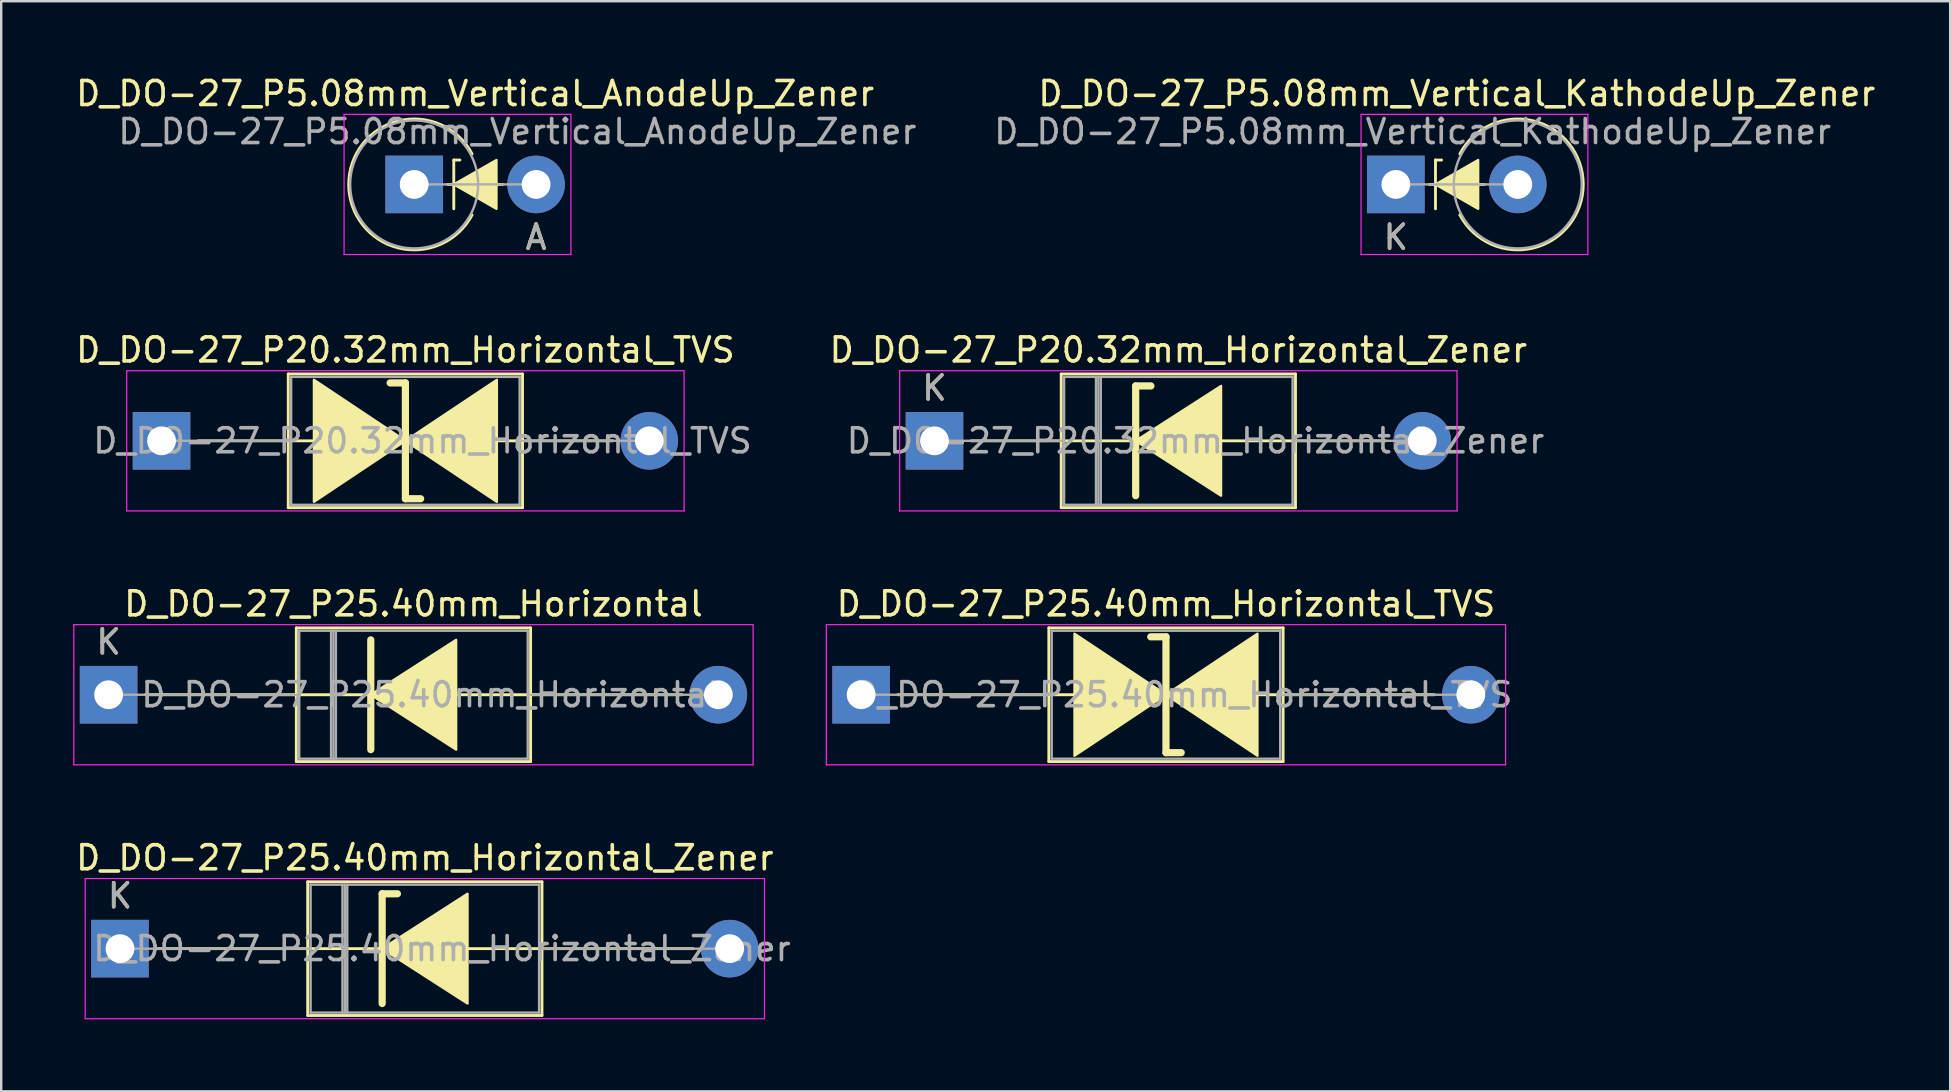
<source format=kicad_pcb>
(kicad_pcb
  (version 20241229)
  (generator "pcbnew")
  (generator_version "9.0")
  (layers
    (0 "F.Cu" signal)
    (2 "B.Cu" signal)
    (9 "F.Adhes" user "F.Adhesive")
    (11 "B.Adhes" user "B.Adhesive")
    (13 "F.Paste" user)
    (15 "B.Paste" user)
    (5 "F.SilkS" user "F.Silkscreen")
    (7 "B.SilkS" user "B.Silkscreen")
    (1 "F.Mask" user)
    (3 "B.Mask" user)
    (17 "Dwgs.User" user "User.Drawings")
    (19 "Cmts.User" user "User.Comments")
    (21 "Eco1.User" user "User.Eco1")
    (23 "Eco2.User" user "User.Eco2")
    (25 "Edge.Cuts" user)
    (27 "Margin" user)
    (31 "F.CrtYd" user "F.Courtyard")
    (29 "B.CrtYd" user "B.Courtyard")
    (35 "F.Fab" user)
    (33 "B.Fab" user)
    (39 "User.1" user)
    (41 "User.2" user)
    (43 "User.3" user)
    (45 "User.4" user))
  (footprint "D_DO-27_P20.32mm_Horizontal_Zener"
    (layer "F.Cu")
    (at 35.881 15.315)
    (property "Reference" "D_DO-27_P20.32mm_Horizontal_Zener" (at 10.16 -3.785 0) (layer "F.SilkS") (effects (font (size 1 1) (thickness 0.15))))
    (attr through_hole)
    (fp_line (start 1.524 0) (end 5.28 0) (stroke (width 0.12) (type solid)) (layer "F.SilkS"))
    (fp_line (start 5.28 -2.785) (end 5.28 2.785) (stroke (width 0.12) (type solid)) (layer "F.SilkS"))
    (fp_line (start 5.28 2.785) (end 15.04 2.785) (stroke (width 0.12) (type solid)) (layer "F.SilkS"))
    (fp_line (start 8.382 -2.286) (end 8.382 2.286) (stroke (width 0.3) (type solid)) (layer "F.SilkS"))
    (fp_line (start 8.382 -2.286) (end 9.017 -2.286) (stroke (width 0.3) (type solid)) (layer "F.SilkS"))
    (fp_line (start 8.382 0) (end 5.28 0) (stroke (width 0.12) (type solid)) (layer "F.SilkS"))
    (fp_line (start 11.811 0) (end 15.04 0) (stroke (width 0.12) (type solid)) (layer "F.SilkS"))
    (fp_line (start 15.04 -2.785) (end 5.28 -2.785) (stroke (width 0.12) (type solid)) (layer "F.SilkS"))
    (fp_line (start 15.04 2.785) (end 15.04 -2.785) (stroke (width 0.12) (type solid)) (layer "F.SilkS"))
    (fp_line (start 18.796 0) (end 15.04 0) (stroke (width 0.12) (type solid)) (layer "F.SilkS"))
    (fp_poly (pts (xy 11.938 2.286) (xy 8.382 0) (xy 11.938 -2.286)) (stroke (width 0.1) (type solid)) (fill yes) (layer "F.SilkS"))
    (fp_line (start -1.45 -2.92) (end -1.45 2.92) (stroke (width 0.05) (type solid)) (layer "F.CrtYd"))
    (fp_line (start -1.45 2.92) (end 21.77 2.92) (stroke (width 0.05) (type solid)) (layer "F.CrtYd"))
    (fp_line (start 21.77 -2.92) (end -1.45 -2.92) (stroke (width 0.05) (type solid)) (layer "F.CrtYd"))
    (fp_line (start 21.77 2.92) (end 21.77 -2.92) (stroke (width 0.05) (type solid)) (layer "F.CrtYd"))
    (fp_line (start 0 0) (end 5.4 0) (stroke (width 0.1) (type solid)) (layer "F.Fab"))
    (fp_line (start 5.4 -2.665) (end 5.4 2.665) (stroke (width 0.1) (type solid)) (layer "F.Fab"))
    (fp_line (start 5.4 2.665) (end 14.92 2.665) (stroke (width 0.1) (type solid)) (layer "F.Fab"))
    (fp_line (start 6.728 -2.665) (end 6.728 2.665) (stroke (width 0.1) (type solid)) (layer "F.Fab"))
    (fp_line (start 6.828 -2.665) (end 6.828 2.665) (stroke (width 0.1) (type solid)) (layer "F.Fab"))
    (fp_line (start 6.928 -2.665) (end 6.928 2.665) (stroke (width 0.1) (type solid)) (layer "F.Fab"))
    (fp_line (start 14.92 -2.665) (end 5.4 -2.665) (stroke (width 0.1) (type solid)) (layer "F.Fab"))
    (fp_line (start 14.92 2.665) (end 14.92 -2.665) (stroke (width 0.1) (type solid)) (layer "F.Fab"))
    (fp_line (start 20.32 0) (end 14.92 0) (stroke (width 0.1) (type solid)) (layer "F.Fab"))
    (fp_text user "K" (at 0 -2.2 0) (layer "F.SilkS") (effects (font (size 1 1) (thickness 0.15))))
    (fp_text user "K" (at 0 -2.2 0) (layer "F.Fab") (effects (font (size 1 1) (thickness 0.15))))
    (fp_text user "${REFERENCE}" (at 10.874 0 0) (layer "F.Fab") (effects (font (size 1 1) (thickness 0.15))))
    (pad "1" thru_hole rect (at 0 0) (size 2.4 2.4) (drill 1.2) (layers "*.Cu" "*.Mask"))
    (pad "2" thru_hole oval (at 20.32 0) (size 2.4 2.4) (drill 1.2) (layers "*.Cu" "*.Mask")))
  (footprint "D_DO-27_P20.32mm_Horizontal_TVS"
    (layer "F.Cu")
    (at 3.679 15.315)
    (property "Reference" "D_DO-27_P20.32mm_Horizontal_TVS" (at 10.16 -3.785 0) (layer "F.SilkS") (effects (font (size 1 1) (thickness 0.15))))
    (attr through_hole)
    (fp_line (start 1.524 0) (end 5.28 0) (stroke (width 0.12) (type solid)) (layer "F.SilkS"))
    (fp_line (start 5.28 -2.785) (end 5.28 2.785) (stroke (width 0.12) (type solid)) (layer "F.SilkS"))
    (fp_line (start 5.28 0) (end 6.35 0) (stroke (width 0.12) (type solid)) (layer "F.SilkS"))
    (fp_line (start 5.28 2.785) (end 15.04 2.785) (stroke (width 0.12) (type solid)) (layer "F.SilkS"))
    (fp_line (start 10.16 -2.413) (end 9.525 -2.413) (stroke (width 0.3) (type solid)) (layer "F.SilkS"))
    (fp_line (start 10.16 2.413) (end 10.16 -2.413) (stroke (width 0.3) (type solid)) (layer "F.SilkS"))
    (fp_line (start 10.795 2.413) (end 10.16 2.413) (stroke (width 0.3) (type solid)) (layer "F.SilkS"))
    (fp_line (start 13.97 0) (end 15.04 0) (stroke (width 0.12) (type solid)) (layer "F.SilkS"))
    (fp_line (start 15.04 -2.785) (end 5.28 -2.785) (stroke (width 0.12) (type solid)) (layer "F.SilkS"))
    (fp_line (start 15.04 2.785) (end 15.04 -2.785) (stroke (width 0.12) (type solid)) (layer "F.SilkS"))
    (fp_line (start 18.796 0) (end 15.04 0) (stroke (width 0.12) (type solid)) (layer "F.SilkS"))
    (fp_poly (pts (xy 10.16 0) (xy 6.35 2.54) (xy 6.35 -2.54)) (stroke (width 0.1) (type solid)) (fill yes) (layer "F.SilkS"))
    (fp_poly (pts (xy 10.16 0) (xy 13.97 -2.54) (xy 13.97 2.54)) (stroke (width 0.1) (type solid)) (fill yes) (layer "F.SilkS"))
    (fp_line (start -1.45 -2.92) (end -1.45 2.92) (stroke (width 0.05) (type solid)) (layer "F.CrtYd"))
    (fp_line (start -1.45 2.92) (end 21.77 2.92) (stroke (width 0.05) (type solid)) (layer "F.CrtYd"))
    (fp_line (start 21.77 -2.92) (end -1.45 -2.92) (stroke (width 0.05) (type solid)) (layer "F.CrtYd"))
    (fp_line (start 21.77 2.92) (end 21.77 -2.92) (stroke (width 0.05) (type solid)) (layer "F.CrtYd"))
    (fp_line (start 0 0) (end 5.4 0) (stroke (width 0.1) (type solid)) (layer "F.Fab"))
    (fp_line (start 5.4 -2.665) (end 5.4 2.665) (stroke (width 0.1) (type solid)) (layer "F.Fab"))
    (fp_line (start 5.4 2.665) (end 14.92 2.665) (stroke (width 0.1) (type solid)) (layer "F.Fab"))
    (fp_line (start 14.92 -2.665) (end 5.4 -2.665) (stroke (width 0.1) (type solid)) (layer "F.Fab"))
    (fp_line (start 14.92 2.665) (end 14.92 -2.665) (stroke (width 0.1) (type solid)) (layer "F.Fab"))
    (fp_line (start 20.32 0) (end 14.92 0) (stroke (width 0.1) (type solid)) (layer "F.Fab"))
    (fp_text user "${REFERENCE}" (at 10.874 0 0) (layer "F.Fab") (effects (font (size 1 1) (thickness 0.15))))
    (pad "1" thru_hole rect (at 0 0) (size 2.4 2.4) (drill 1.2) (layers "*.Cu" "*.Mask"))
    (pad "2" thru_hole oval (at 20.32 0) (size 2.4 2.4) (drill 1.2) (layers "*.Cu" "*.Mask")))
  (footprint "D_DO-27_P25.40mm_Horizontal_Zener"
    (layer "F.Cu")
    (at 1.949 36.471)
    (property "Reference" "D_DO-27_P25.40mm_Horizontal_Zener" (at 12.7 -3.785 0) (layer "F.SilkS") (effects (font (size 1 1) (thickness 0.15))))
    (attr through_hole)
    (fp_line (start 1.524 0) (end 7.82 0) (stroke (width 0.12) (type solid)) (layer "F.SilkS"))
    (fp_line (start 7.82 -2.785) (end 7.82 2.785) (stroke (width 0.12) (type solid)) (layer "F.SilkS"))
    (fp_line (start 7.82 2.785) (end 17.58 2.785) (stroke (width 0.12) (type solid)) (layer "F.SilkS"))
    (fp_line (start 10.922 -2.286) (end 10.922 2.286) (stroke (width 0.3) (type solid)) (layer "F.SilkS"))
    (fp_line (start 10.922 -2.286) (end 11.557 -2.286) (stroke (width 0.3) (type solid)) (layer "F.SilkS"))
    (fp_line (start 10.922 0) (end 7.82 0) (stroke (width 0.12) (type solid)) (layer "F.SilkS"))
    (fp_line (start 14.351 0) (end 17.58 0) (stroke (width 0.12) (type solid)) (layer "F.SilkS"))
    (fp_line (start 17.58 -2.785) (end 7.82 -2.785) (stroke (width 0.12) (type solid)) (layer "F.SilkS"))
    (fp_line (start 17.58 2.785) (end 17.58 -2.785) (stroke (width 0.12) (type solid)) (layer "F.SilkS"))
    (fp_line (start 23.876 0) (end 17.58 0) (stroke (width 0.12) (type solid)) (layer "F.SilkS"))
    (fp_poly (pts (xy 14.478 2.286) (xy 10.922 0) (xy 14.478 -2.286)) (stroke (width 0.1) (type solid)) (fill yes) (layer "F.SilkS"))
    (fp_line (start -1.45 -2.92) (end -1.45 2.92) (stroke (width 0.05) (type solid)) (layer "F.CrtYd"))
    (fp_line (start -1.45 2.92) (end 26.85 2.92) (stroke (width 0.05) (type solid)) (layer "F.CrtYd"))
    (fp_line (start 26.85 -2.92) (end -1.45 -2.92) (stroke (width 0.05) (type solid)) (layer "F.CrtYd"))
    (fp_line (start 26.85 2.92) (end 26.85 -2.92) (stroke (width 0.05) (type solid)) (layer "F.CrtYd"))
    (fp_line (start 0 0) (end 7.94 0) (stroke (width 0.1) (type solid)) (layer "F.Fab"))
    (fp_line (start 7.94 -2.665) (end 7.94 2.665) (stroke (width 0.1) (type solid)) (layer "F.Fab"))
    (fp_line (start 7.94 2.665) (end 17.46 2.665) (stroke (width 0.1) (type solid)) (layer "F.Fab"))
    (fp_line (start 9.268 -2.665) (end 9.268 2.665) (stroke (width 0.1) (type solid)) (layer "F.Fab"))
    (fp_line (start 9.368 -2.665) (end 9.368 2.665) (stroke (width 0.1) (type solid)) (layer "F.Fab"))
    (fp_line (start 9.468 -2.665) (end 9.468 2.665) (stroke (width 0.1) (type solid)) (layer "F.Fab"))
    (fp_line (start 17.46 -2.665) (end 7.94 -2.665) (stroke (width 0.1) (type solid)) (layer "F.Fab"))
    (fp_line (start 17.46 2.665) (end 17.46 -2.665) (stroke (width 0.1) (type solid)) (layer "F.Fab"))
    (fp_line (start 25.4 0) (end 17.46 0) (stroke (width 0.1) (type solid)) (layer "F.Fab"))
    (fp_text user "K" (at 0 -2.2 0) (layer "F.SilkS") (effects (font (size 1 1) (thickness 0.15))))
    (fp_text user "${REFERENCE}" (at 13.414 0 0) (layer "F.Fab") (effects (font (size 1 1) (thickness 0.15))))
    (fp_text user "K" (at 0 -2.2 0) (layer "F.Fab") (effects (font (size 1 1) (thickness 0.15))))
    (pad "1" thru_hole rect (at 0 0) (size 2.4 2.4) (drill 1.2) (layers "*.Cu" "*.Mask"))
    (pad "2" thru_hole oval (at 25.4 0) (size 2.4 2.4) (drill 1.2) (layers "*.Cu" "*.Mask")))
  (footprint "D_DO-27_P25.40mm_Horizontal"
    (layer "F.Cu")
    (at 1.475 25.893)
    (property "Reference" "D_DO-27_P25.40mm_Horizontal" (at 12.7 -3.785 0) (layer "F.SilkS") (effects (font (size 1 1) (thickness 0.15))))
    (attr through_hole)
    (fp_line (start 1.524 0) (end 7.82 0) (stroke (width 0.12) (type solid)) (layer "F.SilkS"))
    (fp_line (start 7.82 -2.785) (end 7.82 2.785) (stroke (width 0.12) (type solid)) (layer "F.SilkS"))
    (fp_line (start 7.82 2.785) (end 17.58 2.785) (stroke (width 0.12) (type solid)) (layer "F.SilkS"))
    (fp_line (start 10.922 -2.286) (end 10.922 2.286) (stroke (width 0.3) (type solid)) (layer "F.SilkS"))
    (fp_line (start 10.922 0) (end 7.82 0) (stroke (width 0.12) (type solid)) (layer "F.SilkS"))
    (fp_line (start 14.351 0) (end 17.58 0) (stroke (width 0.12) (type solid)) (layer "F.SilkS"))
    (fp_line (start 17.58 -2.785) (end 7.82 -2.785) (stroke (width 0.12) (type solid)) (layer "F.SilkS"))
    (fp_line (start 17.58 2.785) (end 17.58 -2.785) (stroke (width 0.12) (type solid)) (layer "F.SilkS"))
    (fp_line (start 23.876 0) (end 17.58 0) (stroke (width 0.12) (type solid)) (layer "F.SilkS"))
    (fp_poly (pts (xy 14.478 2.286) (xy 10.922 0) (xy 14.478 -2.286)) (stroke (width 0.1) (type solid)) (fill yes) (layer "F.SilkS"))
    (fp_line (start -1.45 -2.92) (end -1.45 2.92) (stroke (width 0.05) (type solid)) (layer "F.CrtYd"))
    (fp_line (start -1.45 2.92) (end 26.85 2.92) (stroke (width 0.05) (type solid)) (layer "F.CrtYd"))
    (fp_line (start 26.85 -2.92) (end -1.45 -2.92) (stroke (width 0.05) (type solid)) (layer "F.CrtYd"))
    (fp_line (start 26.85 2.92) (end 26.85 -2.92) (stroke (width 0.05) (type solid)) (layer "F.CrtYd"))
    (fp_line (start 0 0) (end 7.94 0) (stroke (width 0.1) (type solid)) (layer "F.Fab"))
    (fp_line (start 7.94 -2.665) (end 7.94 2.665) (stroke (width 0.1) (type solid)) (layer "F.Fab"))
    (fp_line (start 7.94 2.665) (end 17.46 2.665) (stroke (width 0.1) (type solid)) (layer "F.Fab"))
    (fp_line (start 9.268 -2.665) (end 9.268 2.665) (stroke (width 0.1) (type solid)) (layer "F.Fab"))
    (fp_line (start 9.368 -2.665) (end 9.368 2.665) (stroke (width 0.1) (type solid)) (layer "F.Fab"))
    (fp_line (start 9.468 -2.665) (end 9.468 2.665) (stroke (width 0.1) (type solid)) (layer "F.Fab"))
    (fp_line (start 17.46 -2.665) (end 7.94 -2.665) (stroke (width 0.1) (type solid)) (layer "F.Fab"))
    (fp_line (start 17.46 2.665) (end 17.46 -2.665) (stroke (width 0.1) (type solid)) (layer "F.Fab"))
    (fp_line (start 25.4 0) (end 17.46 0) (stroke (width 0.1) (type solid)) (layer "F.Fab"))
    (fp_text user "K" (at 0 -2.2 0) (layer "F.SilkS") (effects (font (size 1 1) (thickness 0.15))))
    (fp_text user "${REFERENCE}" (at 13.414 0 0) (layer "F.Fab") (effects (font (size 1 1) (thickness 0.15))))
    (fp_text user "K" (at 0 -2.2 0) (layer "F.Fab") (effects (font (size 1 1) (thickness 0.15))))
    (pad "1" thru_hole rect (at 0 0) (size 2.4 2.4) (drill 1.2) (layers "*.Cu" "*.Mask"))
    (pad "2" thru_hole oval (at 25.4 0) (size 2.4 2.4) (drill 1.2) (layers "*.Cu" "*.Mask")))
  (footprint "D_DO-27_P5.08mm_Vertical_AnodeUp_Zener"
    (layer "F.Cu")
    (at 14.204 4.633)
    (property "Reference" "D_DO-27_P5.08mm_Vertical_AnodeUp_Zener" (at 2.54 -3.785 0) (layer "F.SilkS") (effects (font (size 1 1) (thickness 0.15))))
    (attr through_hole)
    (fp_line (start 1.397 0) (end 3.683 0) (stroke (width 0.12) (type solid)) (layer "F.SilkS"))
    (fp_line (start 1.651 -1.016) (end 1.651 1.016) (stroke (width 0.12) (type solid)) (layer "F.SilkS"))
    (fp_line (start 1.651 -1.016) (end 1.905 -1.016) (stroke (width 0.12) (type solid)) (layer "F.SilkS"))
    (fp_arc (start 2.412999 1.27) (mid -2.726805 0) (end 2.412999 -1.269999) (stroke (width 0.12) (type solid)) (layer "F.SilkS"))
    (fp_poly (pts (xy 3.429 1.016) (xy 1.651 0) (xy 3.429 -1.016)) (stroke (width 0.1) (type solid)) (fill yes) (layer "F.SilkS"))
    (fp_line (start -2.92 -2.92) (end -2.92 2.92) (stroke (width 0.05) (type solid)) (layer "F.CrtYd"))
    (fp_line (start -2.92 2.92) (end 6.53 2.92) (stroke (width 0.05) (type solid)) (layer "F.CrtYd"))
    (fp_line (start 6.53 -2.92) (end -2.92 -2.92) (stroke (width 0.05) (type solid)) (layer "F.CrtYd"))
    (fp_line (start 6.53 2.92) (end 6.53 -2.92) (stroke (width 0.05) (type solid)) (layer "F.CrtYd"))
    (fp_line (start 0 0) (end 5.08 0) (stroke (width 0.1) (type solid)) (layer "F.Fab"))
    (fp_circle (center 0 0) (end 2.665 0) (stroke (width 0.1) (type solid)) (fill no) (layer "F.Fab"))
    (fp_text user "A" (at 5.08 2.2 0) (layer "F.SilkS") (effects (font (size 1 1) (thickness 0.15))))
    (fp_text user "${REFERENCE}" (at 4.3 -2.2 0) (layer "F.Fab") (effects (font (size 1 1) (thickness 0.15))))
    (fp_text user "A" (at 5.08 2.2 0) (layer "F.Fab") (effects (font (size 1 1) (thickness 0.15))))
    (pad "1" thru_hole rect (at 0 0) (size 2.4 2.4) (drill 1.2) (layers "*.Cu" "*.Mask"))
    (pad "2" thru_hole oval (at 5.08 0) (size 2.4 2.4) (drill 1.2) (layers "*.Cu" "*.Mask")))
  (footprint "D_DO-27_P25.40mm_Horizontal_TVS"
    (layer "F.Cu")
    (at 32.825 25.893)
    (property "Reference" "D_DO-27_P25.40mm_Horizontal_TVS" (at 12.7 -3.785 0) (layer "F.SilkS") (effects (font (size 1 1) (thickness 0.15))))
    (attr through_hole)
    (fp_line (start 1.524 0) (end 7.82 0) (stroke (width 0.12) (type solid)) (layer "F.SilkS"))
    (fp_line (start 7.82 -2.785) (end 7.82 2.785) (stroke (width 0.12) (type solid)) (layer "F.SilkS"))
    (fp_line (start 7.82 0) (end 8.89 0) (stroke (width 0.12) (type solid)) (layer "F.SilkS"))
    (fp_line (start 7.82 2.785) (end 17.58 2.785) (stroke (width 0.12) (type solid)) (layer "F.SilkS"))
    (fp_line (start 12.7 -2.413) (end 12.065 -2.413) (stroke (width 0.3) (type solid)) (layer "F.SilkS"))
    (fp_line (start 12.7 2.413) (end 12.7 -2.413) (stroke (width 0.3) (type solid)) (layer "F.SilkS"))
    (fp_line (start 13.335 2.413) (end 12.7 2.413) (stroke (width 0.3) (type solid)) (layer "F.SilkS"))
    (fp_line (start 16.51 0) (end 17.58 0) (stroke (width 0.12) (type solid)) (layer "F.SilkS"))
    (fp_line (start 17.58 -2.785) (end 7.82 -2.785) (stroke (width 0.12) (type solid)) (layer "F.SilkS"))
    (fp_line (start 17.58 2.785) (end 17.58 -2.785) (stroke (width 0.12) (type solid)) (layer "F.SilkS"))
    (fp_line (start 23.876 0) (end 17.58 0) (stroke (width 0.12) (type solid)) (layer "F.SilkS"))
    (fp_poly (pts (xy 12.7 0) (xy 8.89 2.54) (xy 8.89 -2.54)) (stroke (width 0.1) (type solid)) (fill yes) (layer "F.SilkS"))
    (fp_poly (pts (xy 12.7 0) (xy 16.51 -2.54) (xy 16.51 2.54)) (stroke (width 0.1) (type solid)) (fill yes) (layer "F.SilkS"))
    (fp_line (start -1.45 -2.92) (end -1.45 2.92) (stroke (width 0.05) (type solid)) (layer "F.CrtYd"))
    (fp_line (start -1.45 2.92) (end 26.85 2.92) (stroke (width 0.05) (type solid)) (layer "F.CrtYd"))
    (fp_line (start 26.85 -2.92) (end -1.45 -2.92) (stroke (width 0.05) (type solid)) (layer "F.CrtYd"))
    (fp_line (start 26.85 2.92) (end 26.85 -2.92) (stroke (width 0.05) (type solid)) (layer "F.CrtYd"))
    (fp_line (start 0 0) (end 7.94 0) (stroke (width 0.1) (type solid)) (layer "F.Fab"))
    (fp_line (start 7.94 -2.665) (end 7.94 2.665) (stroke (width 0.1) (type solid)) (layer "F.Fab"))
    (fp_line (start 7.94 2.665) (end 17.46 2.665) (stroke (width 0.1) (type solid)) (layer "F.Fab"))
    (fp_line (start 17.46 -2.665) (end 7.94 -2.665) (stroke (width 0.1) (type solid)) (layer "F.Fab"))
    (fp_line (start 17.46 2.665) (end 17.46 -2.665) (stroke (width 0.1) (type solid)) (layer "F.Fab"))
    (fp_line (start 25.4 0) (end 17.46 0) (stroke (width 0.1) (type solid)) (layer "F.Fab"))
    (fp_text user "${REFERENCE}" (at 13.414 0 0) (layer "F.Fab") (effects (font (size 1 1) (thickness 0.15))))
    (pad "1" thru_hole rect (at 0 0) (size 2.4 2.4) (drill 1.2) (layers "*.Cu" "*.Mask"))
    (pad "2" thru_hole oval (at 25.4 0) (size 2.4 2.4) (drill 1.2) (layers "*.Cu" "*.Mask")))
  (footprint "D_DO-27_P5.08mm_Vertical_KathodeUp_Zener"
    (layer "F.Cu")
    (at 55.102 4.633)
    (property "Reference" "D_DO-27_P5.08mm_Vertical_KathodeUp_Zener" (at 2.54 -3.785 0) (layer "F.SilkS") (effects (font (size 1 1) (thickness 0.15))))
    (attr through_hole)
    (fp_line (start 1.397 0) (end 3.683 0) (stroke (width 0.12) (type solid)) (layer "F.SilkS"))
    (fp_line (start 1.651 -1.016) (end 1.651 1.016) (stroke (width 0.12) (type solid)) (layer "F.SilkS"))
    (fp_line (start 1.651 -1.016) (end 1.905 -1.016) (stroke (width 0.12) (type solid)) (layer "F.SilkS"))
    (fp_arc (start 2.667001 -1.27) (mid 7.806804 -0.000001) (end 2.667001 1.269999) (stroke (width 0.12) (type solid)) (layer "F.SilkS"))
    (fp_poly (pts (xy 3.429 1.016) (xy 1.651 0) (xy 3.429 -1.016)) (stroke (width 0.1) (type solid)) (fill yes) (layer "F.SilkS"))
    (fp_line (start -1.45 -2.92) (end -1.45 2.92) (stroke (width 0.05) (type solid)) (layer "F.CrtYd"))
    (fp_line (start -1.45 2.92) (end 8 2.92) (stroke (width 0.05) (type solid)) (layer "F.CrtYd"))
    (fp_line (start 8 -2.92) (end -1.45 -2.92) (stroke (width 0.05) (type solid)) (layer "F.CrtYd"))
    (fp_line (start 8 2.92) (end 8 -2.92) (stroke (width 0.05) (type solid)) (layer "F.CrtYd"))
    (fp_line (start 0 0) (end 5.08 0) (stroke (width 0.1) (type solid)) (layer "F.Fab"))
    (fp_circle (center 5.08 0) (end 7.745 0) (stroke (width 0.1) (type solid)) (fill no) (layer "F.Fab"))
    (fp_text user "K" (at 0 2.2 0) (layer "F.SilkS") (effects (font (size 1 1) (thickness 0.15))))
    (fp_text user "K" (at 0 2.2 0) (layer "F.Fab") (effects (font (size 1 1) (thickness 0.15))))
    (fp_text user "${REFERENCE}" (at 0.7 -2.2 0) (layer "F.Fab") (effects (font (size 1 1) (thickness 0.15))))
    (pad "1" thru_hole rect (at 0 0) (size 2.4 2.4) (drill 1.2) (layers "*.Cu" "*.Mask"))
    (pad "2" thru_hole oval (at 5.08 0) (size 2.4 2.4) (drill 1.2) (layers "*.Cu" "*.Mask")))
  (gr_rect
    (start -3 -3)
    (end 78.195 42.416)
    (stroke (width 0.1) (type default))
    (fill no)
    (layer "Edge.Cuts")))
</source>
